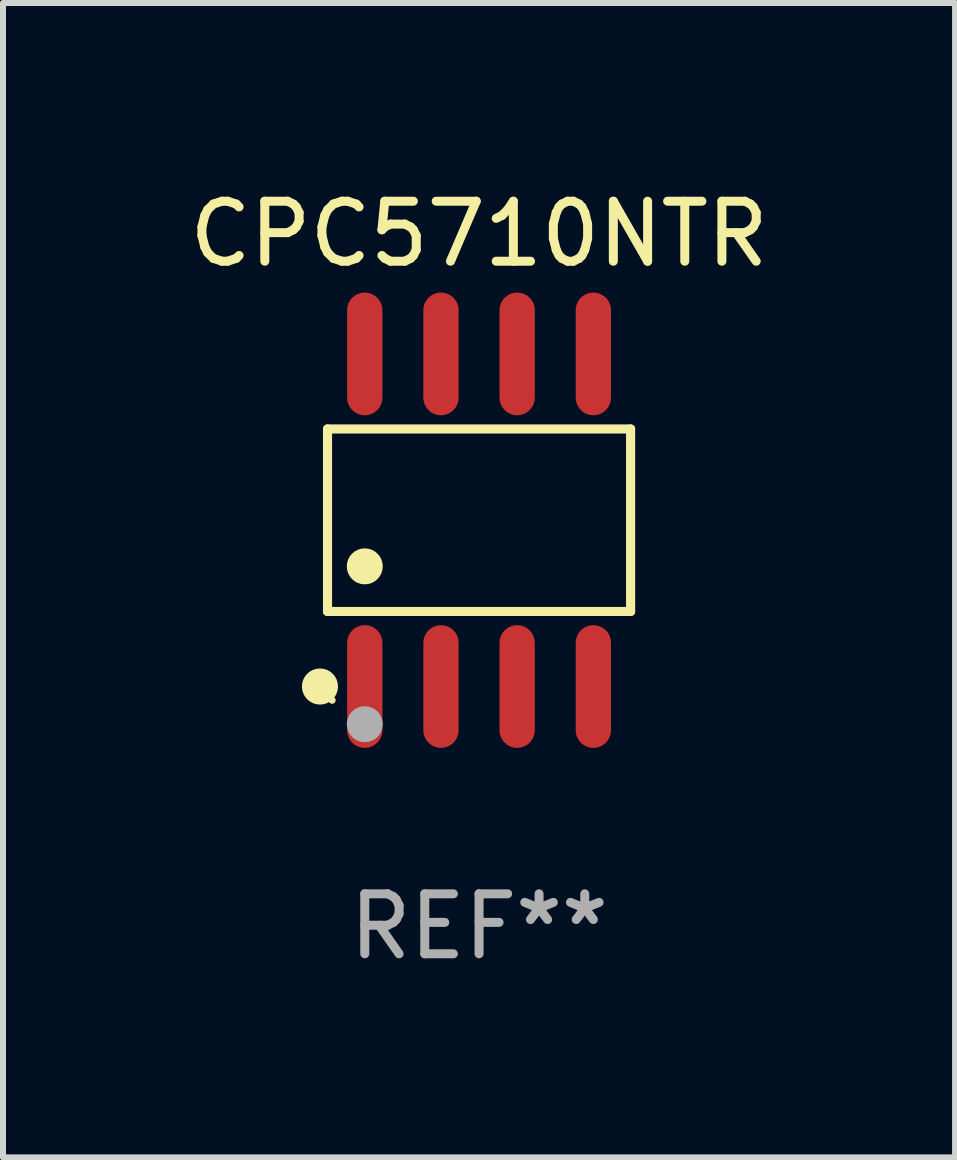
<source format=kicad_pcb>
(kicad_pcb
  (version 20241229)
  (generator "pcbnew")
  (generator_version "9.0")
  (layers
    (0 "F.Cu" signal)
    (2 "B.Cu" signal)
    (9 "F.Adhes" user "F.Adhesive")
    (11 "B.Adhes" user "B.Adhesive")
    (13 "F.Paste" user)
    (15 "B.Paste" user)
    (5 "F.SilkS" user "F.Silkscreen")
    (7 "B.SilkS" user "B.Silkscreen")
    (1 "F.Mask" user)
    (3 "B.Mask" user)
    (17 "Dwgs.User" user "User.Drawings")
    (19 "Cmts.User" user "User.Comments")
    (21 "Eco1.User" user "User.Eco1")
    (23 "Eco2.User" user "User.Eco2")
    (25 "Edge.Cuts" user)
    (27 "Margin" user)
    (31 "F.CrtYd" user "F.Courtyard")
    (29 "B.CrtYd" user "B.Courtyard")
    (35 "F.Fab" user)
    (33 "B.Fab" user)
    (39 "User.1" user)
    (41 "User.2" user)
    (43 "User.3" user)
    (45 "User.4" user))
  (footprint "CPC5710NTR"
    (layer "F.Cu")
    (at 4.935 5.621)
    (property "Reference" "CPC5710NTR" (at 0 -4.772 0) (layer "F.SilkS") (effects (font (size 1 1) (thickness 0.15))))
    (attr through_hole)
    (fp_line (start -2.526 -1.521) (end 2.526 -1.521) (stroke (width 0.152) (type solid)) (layer "F.SilkS"))
    (fp_line (start -2.526 1.521) (end -2.526 -1.521) (stroke (width 0.152) (type solid)) (layer "F.SilkS"))
    (fp_line (start 2.526 -1.521) (end 2.526 1.521) (stroke (width 0.152) (type solid)) (layer "F.SilkS"))
    (fp_line (start 2.526 1.521) (end -2.526 1.521) (stroke (width 0.152) (type solid)) (layer "F.SilkS"))
    (fp_circle (center -2.652 2.772) (end -2.501 2.772) (stroke (width 0.3) (type solid)) (fill no) (layer "F.SilkS"))
    (fp_circle (center -2.45 3) (end -2.42 3) (stroke (width 0.06) (type solid)) (fill no) (layer "F.SilkS"))
    (fp_circle (center -1.905 0.769) (end -1.755 0.769) (stroke (width 0.3) (type solid)) (fill no) (layer "F.SilkS"))
    (fp_circle (center -1.905 3.4) (end -1.755 3.4) (stroke (width 0.3) (type solid)) (fill no) (layer "F.Fab"))
    (fp_text user "REF**" (at 0 6.772 0) (layer "F.Fab") (effects (font (size 1 1) (thickness 0.15))))
    (pad "1" smd oval (at -1.905 2.772) (size 0.588 2.045) (layers "F.Cu" "F.Mask" "F.Paste"))
    (pad "2" smd oval (at -0.635 2.772) (size 0.588 2.045) (layers "F.Cu" "F.Mask" "F.Paste"))
    (pad "3" smd oval (at 0.635 2.772) (size 0.588 2.045) (layers "F.Cu" "F.Mask" "F.Paste"))
    (pad "4" smd oval (at 1.905 2.772) (size 0.588 2.045) (layers "F.Cu" "F.Mask" "F.Paste"))
    (pad "5" smd oval (at 1.905 -2.772) (size 0.588 2.045) (layers "F.Cu" "F.Mask" "F.Paste"))
    (pad "6" smd oval (at 0.635 -2.772) (size 0.588 2.045) (layers "F.Cu" "F.Mask" "F.Paste"))
    (pad "7" smd oval (at -0.635 -2.772) (size 0.588 2.045) (layers "F.Cu" "F.Mask" "F.Paste"))
    (pad "8" smd oval (at -1.905 -2.772) (size 0.588 2.045) (layers "F.Cu" "F.Mask" "F.Paste")))
  (gr_rect
    (start -3 -3)
    (end 12.869 16.241)
    (stroke (width 0.1) (type default))
    (fill no)
    (layer "Edge.Cuts")))
</source>
